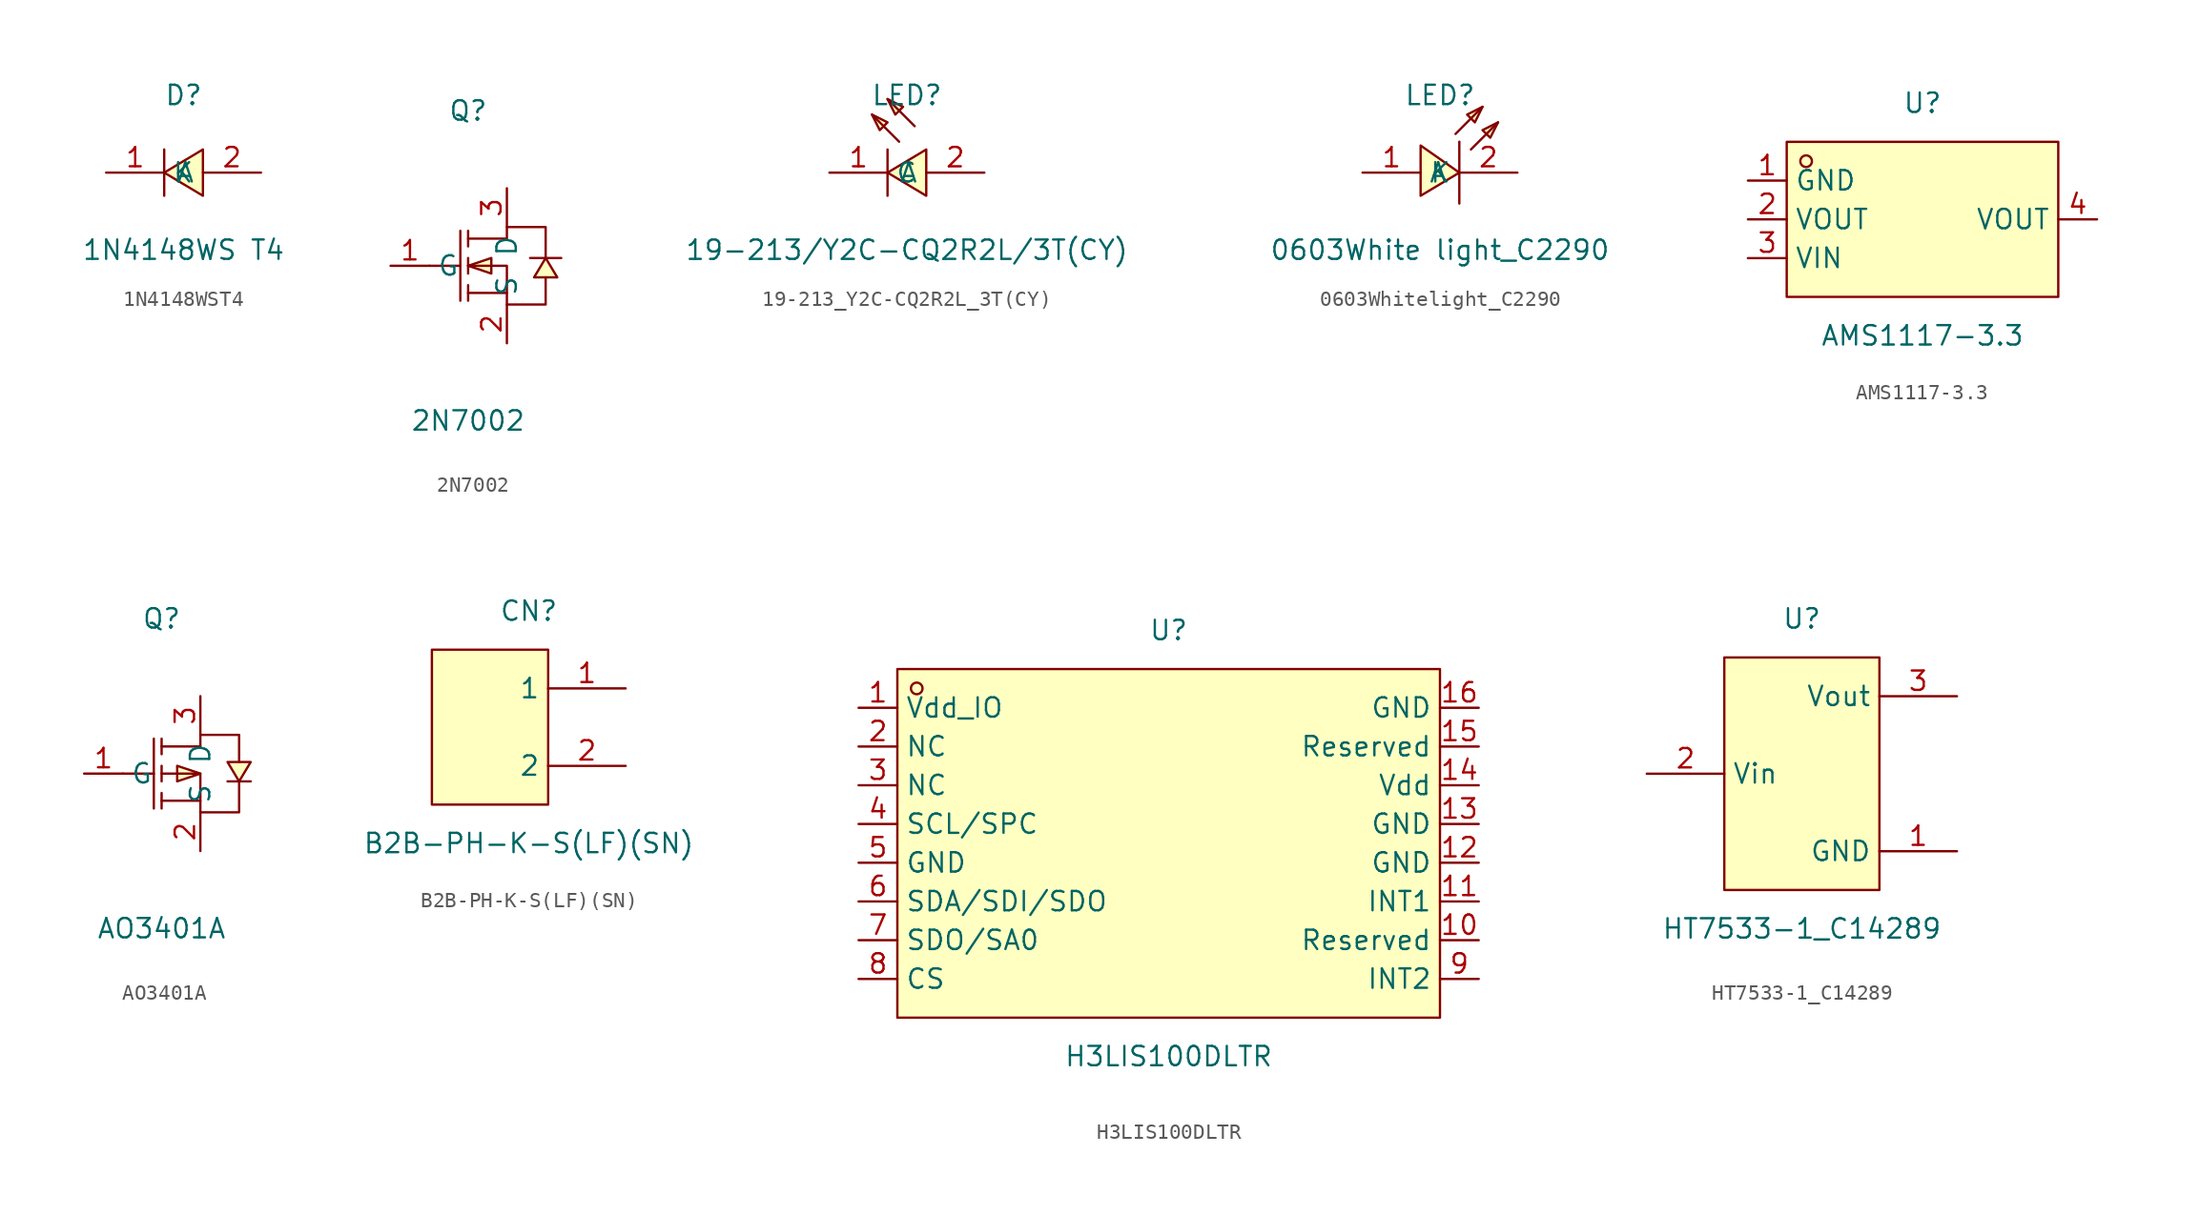
<source format=kicad_sym>
(kicad_symbol_lib
  (version 20231120)
  (generator "kicad_symbol_editor")
  (generator_version "8.0")
  (symbol "1N4148WST4"
    (property "Reference" "D"
      (at 0 5.08 0)
      (effects (font (size 1.27 1.27))))
    (property "Value" "1N4148WS T4"
      (at 0 -5.08 0)
      (effects (font (size 1.27 1.27))))
    (symbol "1N4148WST4_0_1"
      (polyline (pts (xy -1.27 -1.52) (xy -1.27 1.52)) (stroke (width 0) (type default)) (fill (type none)))
      (polyline (pts (xy 1.27 1.52) (xy -1.27 0) (xy 1.27 -1.52) (xy 1.27 1.52)) (stroke (width 0) (type default)) (fill (type background)))
      (pin unspecified line (at -5.08 0 0) (length 3.81) (name "K" (effects (font (size 1.27 1.27)))) (number "1" (effects (font (size 1.27 1.27)))))
      (pin unspecified line (at 5.08 0 180) (length 3.81) (name "A" (effects (font (size 1.27 1.27)))) (number "2" (effects (font (size 1.27 1.27)))))))
  (symbol "2N7002"
    (property "Reference" "Q"
      (at 0 10.16 0)
      (effects (font (size 1.27 1.27))))
    (property "Value" "2N7002"
      (at 0 -10.16 0)
      (effects (font (size 1.27 1.27))))
    (symbol "2N7002_0_1"
      (polyline (pts (xy -2.54 0) (xy -0.51 0)) (stroke (width 0) (type default)) (fill (type none)))
      (polyline (pts (xy -0.51 2.29) (xy -0.51 -2.29)) (stroke (width 0) (type default)) (fill (type none)))
      (polyline (pts (xy 0 -2.29) (xy 0 -1.27)) (stroke (width 0) (type default)) (fill (type none)))
      (polyline (pts (xy 0 -0.51) (xy 0 0.51)) (stroke (width 0) (type default)) (fill (type none)))
      (polyline (pts (xy 0 2.29) (xy 0 1.27)) (stroke (width 0) (type default)) (fill (type none)))
      (polyline (pts (xy 2.54 -1.78) (xy 0 -1.78)) (stroke (width 0) (type default)) (fill (type none)))
      (polyline (pts (xy 0 0) (xy 1.52 -0.51) (xy 1.52 0.51) (xy 0 0)) (stroke (width 0) (type default)) (fill (type background)))
      (polyline (pts (xy 5.08 0.51) (xy 4.32 -0.76) (xy 5.84 -0.76) (xy 5.08 0.51)) (stroke (width 0) (type default)) (fill (type background)))
      (polyline (pts (xy 6.1 0.51) (xy 5.59 0.51) (xy 4.57 0.51) (xy 4.06 0.51)) (stroke (width 0) (type default)) (fill (type none)))
      (polyline (pts (xy 0 0) (xy 2.54 0) (xy 2.54 -2.54) (xy 5.08 -2.54) (xy 5.08 -0.76)) (stroke (width 0) (type default)) (fill (type none)))
      (polyline (pts (xy 0 1.78) (xy 2.54 1.78) (xy 2.54 2.54) (xy 5.08 2.54) (xy 5.08 0.51)) (stroke (width 0) (type default)) (fill (type none)))
      (pin unspecified line (at -5.08 0 0) (length 2.54) (name "G" (effects (font (size 1.27 1.27)))) (number "1" (effects (font (size 1.27 1.27)))))
      (pin unspecified line (at 2.54 -5.08 90) (length 2.54) (name "S" (effects (font (size 1.27 1.27)))) (number "2" (effects (font (size 1.27 1.27)))))
      (pin unspecified line (at 2.54 5.08 270) (length 2.54) (name "D" (effects (font (size 1.27 1.27)))) (number "3" (effects (font (size 1.27 1.27)))))))
  (symbol "19-213_Y2C-CQ2R2L_3T(CY)"
    (property "Reference" "LED"
      (at 0 5.08 0)
      (effects (font (size 1.27 1.27))))
    (property "Value" "19-213/Y2C-CQ2R2L/3T(CY)"
      (at 0 -5.08 0)
      (effects (font (size 1.27 1.27))))
    (symbol "19-213_Y2C-CQ2R2L_3T(CY)_0_1"
      (polyline (pts (xy -1.27 1.52) (xy -1.27 -1.52)) (stroke (width 0) (type default)) (fill (type none)))
      (polyline (pts (xy -0.51 2.03) (xy -2.29 3.81)) (stroke (width 0) (type default)) (fill (type none)))
      (polyline (pts (xy 0.51 3.05) (xy -1.27 4.83)) (stroke (width 0) (type default)) (fill (type none)))
      (polyline (pts (xy -2.29 3.81) (xy -1.27 3.3) (xy -1.78 2.79) (xy -2.29 3.81)) (stroke (width 0) (type default)) (fill (type background)))
      (polyline (pts (xy -1.27 4.83) (xy -0.25 4.32) (xy -0.76 3.81) (xy -1.27 4.83)) (stroke (width 0) (type default)) (fill (type background)))
      (polyline (pts (xy 1.27 -1.52) (xy -1.27 0) (xy 1.27 1.52) (xy 1.27 -1.52)) (stroke (width 0) (type default)) (fill (type background)))
      (pin input line (at -5.08 0 0) (length 3.81) (name "C" (effects (font (size 1.27 1.27)))) (number "1" (effects (font (size 1.27 1.27)))))
      (pin input line (at 5.08 0 180) (length 3.81) (name "A" (effects (font (size 1.27 1.27)))) (number "2" (effects (font (size 1.27 1.27)))))))
  (symbol "0603Whitelight_C2290"
    (property "Reference" "LED"
      (at 0 3.81 0)
      (effects (font (size 1.27 1.27))))
    (property "Value" "0603White light_C2290"
      (at 0 -6.35 0)
      (effects (font (size 1.27 1.27))))
    (symbol "0603Whitelight_C2290_0_1"
      (polyline (pts (xy 1.02 1.27) (xy 2.79 3.05)) (stroke (width 0) (type default)) (fill (type none)))
      (polyline (pts (xy 1.27 0.76) (xy 1.27 -3.3)) (stroke (width 0) (type default)) (fill (type none)))
      (polyline (pts (xy 2.03 0.25) (xy 3.81 2.03)) (stroke (width 0) (type default)) (fill (type none)))
      (polyline (pts (xy -1.27 -2.79) (xy 1.27 -1.27) (xy -1.27 0.51) (xy -1.27 -2.79)) (stroke (width 0) (type default)) (fill (type background)))
      (polyline (pts (xy 2.79 3.05) (xy 1.78 2.54) (xy 2.29 2.03) (xy 2.79 3.05)) (stroke (width 0) (type default)) (fill (type background)))
      (polyline (pts (xy 3.81 2.03) (xy 2.79 1.52) (xy 3.3 1.02) (xy 3.81 2.03)) (stroke (width 0) (type default)) (fill (type background)))
      (pin unspecified line (at -5.08 -1.27 0) (length 3.81) (name "A" (effects (font (size 1.27 1.27)))) (number "1" (effects (font (size 1.27 1.27)))))
      (pin unspecified line (at 5.08 -1.27 180) (length 3.81) (name "K" (effects (font (size 1.27 1.27)))) (number "2" (effects (font (size 1.27 1.27)))))))
  (symbol "AMS1117-3.3"
    (property "Reference" "U"
      (at 0 7.62 0)
      (effects (font (size 1.27 1.27))))
    (property "Value" "AMS1117-3.3"
      (at 0 -7.62 0)
      (effects (font (size 1.27 1.27))))
    (symbol "AMS1117-3.3_0_1"
      (rectangle (start -8.89 5.08) (end 8.89 -5.08) (stroke (width 0) (type default)) (fill (type background)))
      (circle (center -7.62 3.81) (radius 0.38) (stroke (width 0) (type default)) (fill (type none)))
      (pin unspecified line (at -11.43 2.54 0) (length 2.54) (name "GND" (effects (font (size 1.27 1.27)))) (number "1" (effects (font (size 1.27 1.27)))))
      (pin unspecified line (at -11.43 0 0) (length 2.54) (name "VOUT" (effects (font (size 1.27 1.27)))) (number "2" (effects (font (size 1.27 1.27)))))
      (pin unspecified line (at -11.43 -2.54 0) (length 2.54) (name "VIN" (effects (font (size 1.27 1.27)))) (number "3" (effects (font (size 1.27 1.27)))))
      (pin unspecified line (at 11.43 0 180) (length 2.54) (name "VOUT" (effects (font (size 1.27 1.27)))) (number "4" (effects (font (size 1.27 1.27)))))))
  (symbol "AO3401A"
    (property "Reference" "Q"
      (at 0 10.16 0)
      (effects (font (size 1.27 1.27))))
    (property "Value" "AO3401A"
      (at 0 -10.16 0)
      (effects (font (size 1.27 1.27))))
    (symbol "AO3401A_0_1"
      (polyline (pts (xy -2.54 0) (xy -0.51 0)) (stroke (width 0) (type default)) (fill (type none)))
      (polyline (pts (xy -0.51 2.29) (xy -0.51 -2.29)) (stroke (width 0) (type default)) (fill (type none)))
      (polyline (pts (xy 0 -2.29) (xy 0 -1.27)) (stroke (width 0) (type default)) (fill (type none)))
      (polyline (pts (xy 0 -0.51) (xy 0 0.51)) (stroke (width 0) (type default)) (fill (type none)))
      (polyline (pts (xy 0 1.27) (xy 0 2.29)) (stroke (width 0) (type default)) (fill (type none)))
      (polyline (pts (xy 2.54 -1.78) (xy 0 -1.78)) (stroke (width 0) (type default)) (fill (type none)))
      (polyline (pts (xy 2.54 1.78) (xy 0 1.78)) (stroke (width 0) (type default)) (fill (type none)))
      (polyline (pts (xy 0 0) (xy 2.54 0) (xy 2.54 -2.54)) (stroke (width 0) (type default)) (fill (type none)))
      (polyline (pts (xy 2.54 -2.54) (xy 5.08 -2.54) (xy 5.08 -0.51)) (stroke (width 0) (type default)) (fill (type none)))
      (polyline (pts (xy 2.54 0) (xy 1.02 0.51) (xy 1.02 -0.51) (xy 2.54 0)) (stroke (width 0) (type default)) (fill (type background)))
      (polyline (pts (xy 2.54 1.78) (xy 2.54 2.54) (xy 5.08 2.54) (xy 5.08 0.76)) (stroke (width 0) (type default)) (fill (type none)))
      (polyline (pts (xy 5.08 -0.51) (xy 5.84 0.76) (xy 4.32 0.76) (xy 5.08 -0.51)) (stroke (width 0) (type default)) (fill (type background)))
      (polyline (pts (xy 5.84 -0.51) (xy 5.59 -0.51) (xy 4.57 -0.51) (xy 4.32 -0.51)) (stroke (width 0) (type default)) (fill (type none)))
      (pin unspecified line (at -5.08 0 0) (length 2.54) (name "G" (effects (font (size 1.27 1.27)))) (number "1" (effects (font (size 1.27 1.27)))))
      (pin unspecified line (at 2.54 -5.08 90) (length 2.54) (name "S" (effects (font (size 1.27 1.27)))) (number "2" (effects (font (size 1.27 1.27)))))
      (pin unspecified line (at 2.54 5.08 270) (length 2.54) (name "D" (effects (font (size 1.27 1.27)))) (number "3" (effects (font (size 1.27 1.27)))))))
  (symbol "B2B-PH-K-S(LF)(SN)"
    (property "Reference" "CN"
      (at 0 7.62 0)
      (effects (font (size 1.27 1.27))))
    (property "Value" "B2B-PH-K-S(LF)(SN)"
      (at 0 -7.62 0)
      (effects (font (size 1.27 1.27))))
    (symbol "B2B-PH-K-S(LF)(SN)_0_1"
      (rectangle (start -6.35 5.08) (end 1.27 -5.08) (stroke (width 0) (type default) (color 0 0 0 0)) (fill (type background)))
      (pin input line (at 6.35 2.54 180) (length 5.08) (name "1" (effects (font (size 1.27 1.27)))) (number "1" (effects (font (size 1.27 1.27)))))
      (pin input line (at 6.35 -2.54 180) (length 5.08) (name "2" (effects (font (size 1.27 1.27)))) (number "2" (effects (font (size 1.27 1.27)))))))
  (symbol "H3LIS100DLTR"
    (property "Reference" "U"
      (at 0 13.97 0)
      (effects (font (size 1.27 1.27))))
    (property "Value" "H3LIS100DLTR"
      (at 0 -13.97 0)
      (effects (font (size 1.27 1.27))))
    (symbol "H3LIS100DLTR_0_1"
      (rectangle (start -17.78 11.43) (end 17.78 -11.43) (stroke (width 0) (type default) (color 0 0 0 0)) (fill (type background)))
      (circle (center -16.51 10.16) (radius 0.38) (stroke (width 0) (type default) (color 0 0 0 0)) (fill (type none)))
      (pin unspecified line (at -20.32 8.89 0) (length 2.54) (name "Vdd_IO" (effects (font (size 1.27 1.27)))) (number "1" (effects (font (size 1.27 1.27)))))
      (pin unspecified line (at -20.32 6.35 0) (length 2.54) (name "NC" (effects (font (size 1.27 1.27)))) (number "2" (effects (font (size 1.27 1.27)))))
      (pin unspecified line (at -20.32 3.81 0) (length 2.54) (name "NC" (effects (font (size 1.27 1.27)))) (number "3" (effects (font (size 1.27 1.27)))))
      (pin unspecified line (at -20.32 1.27 0) (length 2.54) (name "SCL/SPC" (effects (font (size 1.27 1.27)))) (number "4" (effects (font (size 1.27 1.27)))))
      (pin unspecified line (at -20.32 -1.27 0) (length 2.54) (name "GND" (effects (font (size 1.27 1.27)))) (number "5" (effects (font (size 1.27 1.27)))))
      (pin unspecified line (at -20.32 -3.81 0) (length 2.54) (name "SDA/SDI/SDO" (effects (font (size 1.27 1.27)))) (number "6" (effects (font (size 1.27 1.27)))))
      (pin unspecified line (at -20.32 -6.35 0) (length 2.54) (name "SDO/SA0" (effects (font (size 1.27 1.27)))) (number "7" (effects (font (size 1.27 1.27)))))
      (pin unspecified line (at -20.32 -8.89 0) (length 2.54) (name "CS" (effects (font (size 1.27 1.27)))) (number "8" (effects (font (size 1.27 1.27)))))
      (pin unspecified line (at 20.32 -8.89 180) (length 2.54) (name "INT2" (effects (font (size 1.27 1.27)))) (number "9" (effects (font (size 1.27 1.27)))))
      (pin unspecified line (at 20.32 -6.35 180) (length 2.54) (name "Reserved" (effects (font (size 1.27 1.27)))) (number "10" (effects (font (size 1.27 1.27)))))
      (pin unspecified line (at 20.32 -3.81 180) (length 2.54) (name "INT1" (effects (font (size 1.27 1.27)))) (number "11" (effects (font (size 1.27 1.27)))))
      (pin unspecified line (at 20.32 -1.27 180) (length 2.54) (name "GND" (effects (font (size 1.27 1.27)))) (number "12" (effects (font (size 1.27 1.27)))))
      (pin unspecified line (at 20.32 1.27 180) (length 2.54) (name "GND" (effects (font (size 1.27 1.27)))) (number "13" (effects (font (size 1.27 1.27)))))
      (pin unspecified line (at 20.32 3.81 180) (length 2.54) (name "Vdd" (effects (font (size 1.27 1.27)))) (number "14" (effects (font (size 1.27 1.27)))))
      (pin unspecified line (at 20.32 6.35 180) (length 2.54) (name "Reserved" (effects (font (size 1.27 1.27)))) (number "15" (effects (font (size 1.27 1.27)))))
      (pin unspecified line (at 20.32 8.89 180) (length 2.54) (name "GND" (effects (font (size 1.27 1.27)))) (number "16" (effects (font (size 1.27 1.27)))))))
  (symbol "HT7533-1_C14289"
    (property "Reference" "U"
      (at 0 10.16 0)
      (effects (font (size 1.27 1.27))))
    (property "Value" "HT7533-1_C14289"
      (at 0 -10.16 0)
      (effects (font (size 1.27 1.27))))
    (symbol "HT7533-1_C14289_0_1"
      (rectangle (start -5.08 7.62) (end 5.08 -7.62) (stroke (width 0) (type default) (color 0 0 0 0)) (fill (type background)))
      (pin unspecified line (at 10.16 -5.08 180) (length 5.08) (name "GND" (effects (font (size 1.27 1.27)))) (number "1" (effects (font (size 1.27 1.27)))))
      (pin unspecified line (at -10.16 -0.00 0) (length 5.08) (name "Vin" (effects (font (size 1.27 1.27)))) (number "2" (effects (font (size 1.27 1.27)))))
      (pin unspecified line (at 10.16 5.08 180) (length 5.08) (name "Vout" (effects (font (size 1.27 1.27)))) (number "3" (effects (font (size 1.27 1.27))))))))
</source>
